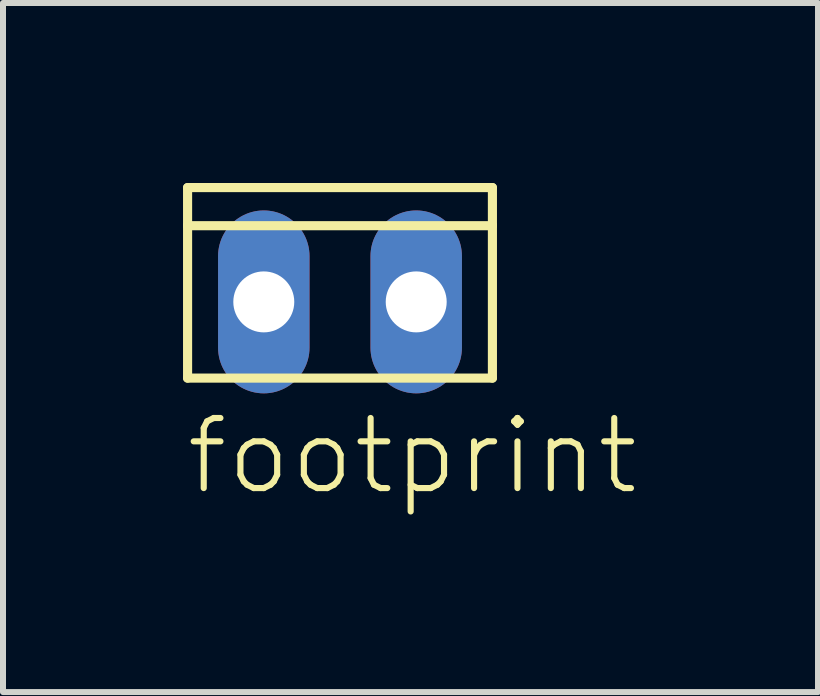
<source format=kicad_pcb>
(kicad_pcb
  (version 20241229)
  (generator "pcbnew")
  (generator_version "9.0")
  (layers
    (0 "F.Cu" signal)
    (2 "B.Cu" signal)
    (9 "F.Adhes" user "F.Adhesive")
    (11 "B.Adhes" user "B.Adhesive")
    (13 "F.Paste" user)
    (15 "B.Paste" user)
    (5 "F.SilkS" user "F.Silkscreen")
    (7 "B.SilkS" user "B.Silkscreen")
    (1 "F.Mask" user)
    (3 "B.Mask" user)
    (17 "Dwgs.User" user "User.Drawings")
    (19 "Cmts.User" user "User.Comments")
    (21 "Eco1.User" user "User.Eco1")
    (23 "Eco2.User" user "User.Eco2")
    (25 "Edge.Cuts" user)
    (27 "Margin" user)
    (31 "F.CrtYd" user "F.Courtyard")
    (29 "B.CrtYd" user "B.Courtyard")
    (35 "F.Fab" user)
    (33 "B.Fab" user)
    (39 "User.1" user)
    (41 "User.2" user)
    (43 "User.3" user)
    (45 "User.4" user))
  (footprint "footprint"
    (layer "F.Cu")
    (at 2.616 1.981)
    (property "Reference" "footprint" (at -2.616 3.251 0) (layer "F.SilkS") (effects (font (size 1.168 1.168) (thickness 0.102)) (justify left bottom)))
    (fp_line (start -2.54 -1.27) (end -2.54 -1.905) (stroke (width 0.152) (type solid)) (layer "F.SilkS"))
    (fp_line (start -2.54 1.27) (end -2.54 -1.27) (stroke (width 0.152) (type solid)) (layer "F.SilkS"))
    (fp_line (start -2.54 1.27) (end 2.54 1.27) (stroke (width 0.152) (type solid)) (layer "F.SilkS"))
    (fp_line (start 2.54 -1.905) (end -2.54 -1.905) (stroke (width 0.152) (type solid)) (layer "F.SilkS"))
    (fp_line (start 2.54 -1.905) (end 2.54 -1.27) (stroke (width 0.152) (type solid)) (layer "F.SilkS"))
    (fp_line (start 2.54 -1.27) (end -2.54 -1.27) (stroke (width 0.152) (type solid)) (layer "F.SilkS"))
    (fp_line (start 2.54 -1.27) (end 2.54 1.27) (stroke (width 0.152) (type solid)) (layer "F.SilkS"))
    (fp_poly (pts (xy -1.524 0.254) (xy -1.016 0.254) (xy -1.016 -0.254) (xy -1.524 -0.254)) (stroke (width 0) (type solid)) (fill yes) (layer "F.SilkS"))
    (fp_poly (pts (xy 1.016 0.254) (xy 1.524 0.254) (xy 1.524 -0.254) (xy 1.016 -0.254)) (stroke (width 0) (type solid)) (fill yes) (layer "F.SilkS"))
    (pad "1" thru_hole oval (at 1.27 0 90) (size 3.048 1.524) (drill 1.016) (layers "*.Cu" "*.Mask"))
    (pad "2" thru_hole oval (at -1.27 0 90) (size 3.048 1.524) (drill 1.016) (layers "*.Cu" "*.Mask")))
  (gr_rect
    (start -3 -3)
    (end 10.582 8.483)
    (stroke (width 0.1) (type default))
    (fill no)
    (layer "Edge.Cuts")))
</source>
